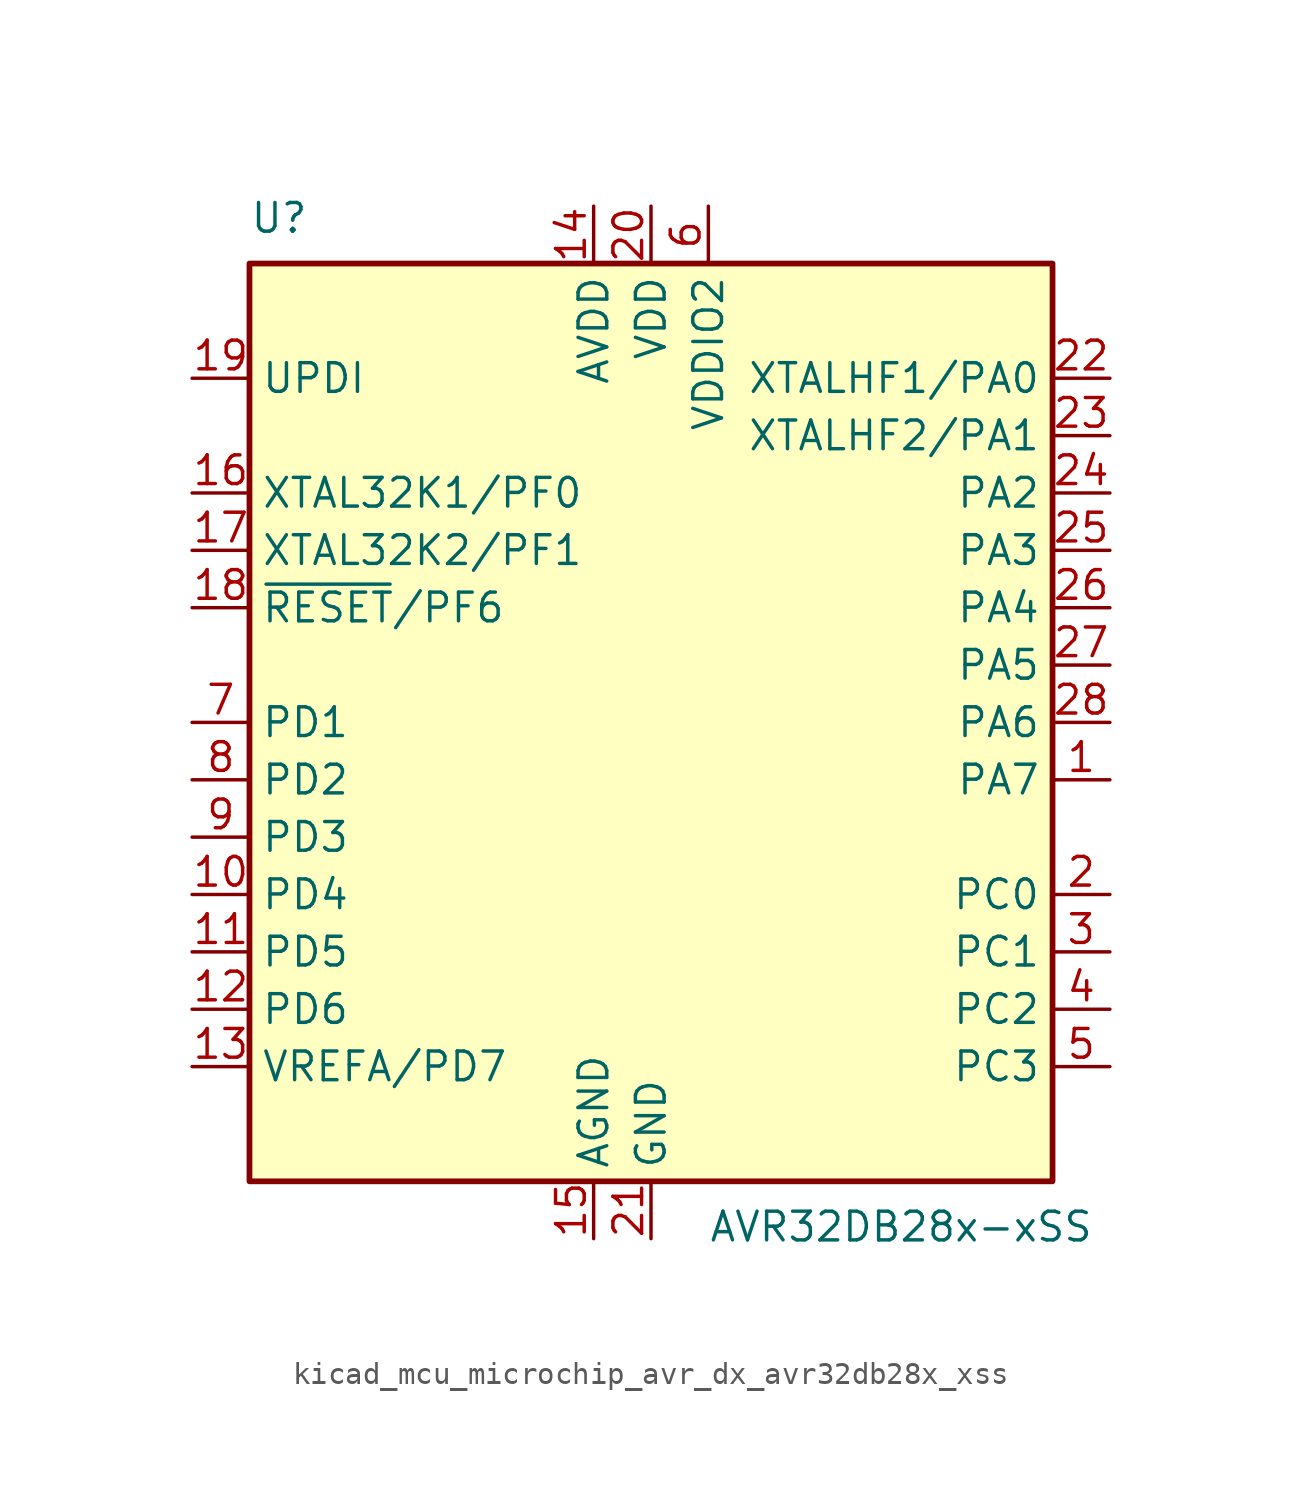
<source format=kicad_sym>
(kicad_symbol_lib
  (version 20220914)
  (generator kicad_symbol_editor)
  (symbol "kicad_mcu_microchip_avr_dx_avr32db28x_xss"
    (property "Reference" "U"
      (at -17.78 21.59 0)
      (effects (font (size 1.27 1.27)) (justify left bottom)))
    (property "Value" "AVR32DB28x-xSS"
      (at 2.54 -21.59 0)
      (effects (font (size 1.27 1.27)) (justify left top)))
    (symbol "kicad_mcu_microchip_avr_dx_avr32db28x_xss_0_1"
      (rectangle (start -17.78 20.32) (end 17.78 -20.32) (stroke (width 0.254) (type default)) (fill (type background))))
    (symbol "kicad_mcu_microchip_avr_dx_avr32db28x_xss_1_1"
      (pin bidirectional line (at 20.32 -2.54 180) (length 2.54) (name "PA7" (effects (font (size 1.27 1.27)))) (number "1" (effects (font (size 1.27 1.27)))))
      (pin bidirectional line (at -20.32 -7.62 0) (length 2.54) (name "PD4" (effects (font (size 1.27 1.27)))) (number "10" (effects (font (size 1.27 1.27)))))
      (pin bidirectional line (at -20.32 -10.16 0) (length 2.54) (name "PD5" (effects (font (size 1.27 1.27)))) (number "11" (effects (font (size 1.27 1.27)))))
      (pin bidirectional line (at -20.32 -12.7 0) (length 2.54) (name "PD6" (effects (font (size 1.27 1.27)))) (number "12" (effects (font (size 1.27 1.27)))))
      (pin bidirectional line (at -20.32 -15.24 0) (length 2.54) (name "VREFA/PD7" (effects (font (size 1.27 1.27)))) (number "13" (effects (font (size 1.27 1.27)))))
      (pin power_in line (at -2.54 22.86 270) (length 2.54) (name "AVDD" (effects (font (size 1.27 1.27)))) (number "14" (effects (font (size 1.27 1.27)))))
      (pin power_in line (at -2.54 -22.86 90) (length 2.54) (name "AGND" (effects (font (size 1.27 1.27)))) (number "15" (effects (font (size 1.27 1.27)))))
      (pin bidirectional line (at -20.32 10.16 0) (length 2.54) (name "XTAL32K1/PF0" (effects (font (size 1.27 1.27)))) (number "16" (effects (font (size 1.27 1.27)))))
      (pin bidirectional line (at -20.32 7.62 0) (length 2.54) (name "XTAL32K2/PF1" (effects (font (size 1.27 1.27)))) (number "17" (effects (font (size 1.27 1.27)))))
      (pin bidirectional line (at -20.32 5.08 0) (length 2.54) (name "~{RESET}/PF6" (effects (font (size 1.27 1.27)))) (number "18" (effects (font (size 1.27 1.27)))))
      (pin input line (at -20.32 15.24 0) (length 2.54) (name "UPDI" (effects (font (size 1.27 1.27)))) (number "19" (effects (font (size 1.27 1.27)))))
      (pin bidirectional line (at 20.32 -7.62 180) (length 2.54) (name "PC0" (effects (font (size 1.27 1.27)))) (number "2" (effects (font (size 1.27 1.27)))))
      (pin power_in line (at 0 22.86 270) (length 2.54) (name "VDD" (effects (font (size 1.27 1.27)))) (number "20" (effects (font (size 1.27 1.27)))))
      (pin power_in line (at 0 -22.86 90) (length 2.54) (name "GND" (effects (font (size 1.27 1.27)))) (number "21" (effects (font (size 1.27 1.27)))))
      (pin bidirectional line (at 20.32 15.24 180) (length 2.54) (name "XTALHF1/PA0" (effects (font (size 1.27 1.27)))) (number "22" (effects (font (size 1.27 1.27)))))
      (pin bidirectional line (at 20.32 12.7 180) (length 2.54) (name "XTALHF2/PA1" (effects (font (size 1.27 1.27)))) (number "23" (effects (font (size 1.27 1.27)))))
      (pin bidirectional line (at 20.32 10.16 180) (length 2.54) (name "PA2" (effects (font (size 1.27 1.27)))) (number "24" (effects (font (size 1.27 1.27)))))
      (pin bidirectional line (at 20.32 7.62 180) (length 2.54) (name "PA3" (effects (font (size 1.27 1.27)))) (number "25" (effects (font (size 1.27 1.27)))))
      (pin bidirectional line (at 20.32 5.08 180) (length 2.54) (name "PA4" (effects (font (size 1.27 1.27)))) (number "26" (effects (font (size 1.27 1.27)))))
      (pin bidirectional line (at 20.32 2.54 180) (length 2.54) (name "PA5" (effects (font (size 1.27 1.27)))) (number "27" (effects (font (size 1.27 1.27)))))
      (pin bidirectional line (at 20.32 0 180) (length 2.54) (name "PA6" (effects (font (size 1.27 1.27)))) (number "28" (effects (font (size 1.27 1.27)))))
      (pin bidirectional line (at 20.32 -10.16 180) (length 2.54) (name "PC1" (effects (font (size 1.27 1.27)))) (number "3" (effects (font (size 1.27 1.27)))))
      (pin bidirectional line (at 20.32 -12.7 180) (length 2.54) (name "PC2" (effects (font (size 1.27 1.27)))) (number "4" (effects (font (size 1.27 1.27)))))
      (pin bidirectional line (at 20.32 -15.24 180) (length 2.54) (name "PC3" (effects (font (size 1.27 1.27)))) (number "5" (effects (font (size 1.27 1.27)))))
      (pin power_in line (at 2.54 22.86 270) (length 2.54) (name "VDDIO2" (effects (font (size 1.27 1.27)))) (number "6" (effects (font (size 1.27 1.27)))))
      (pin bidirectional line (at -20.32 0 0) (length 2.54) (name "PD1" (effects (font (size 1.27 1.27)))) (number "7" (effects (font (size 1.27 1.27)))))
      (pin bidirectional line (at -20.32 -2.54 0) (length 2.54) (name "PD2" (effects (font (size 1.27 1.27)))) (number "8" (effects (font (size 1.27 1.27)))))
      (pin bidirectional line (at -20.32 -5.08 0) (length 2.54) (name "PD3" (effects (font (size 1.27 1.27)))) (number "9" (effects (font (size 1.27 1.27))))))))
</source>
